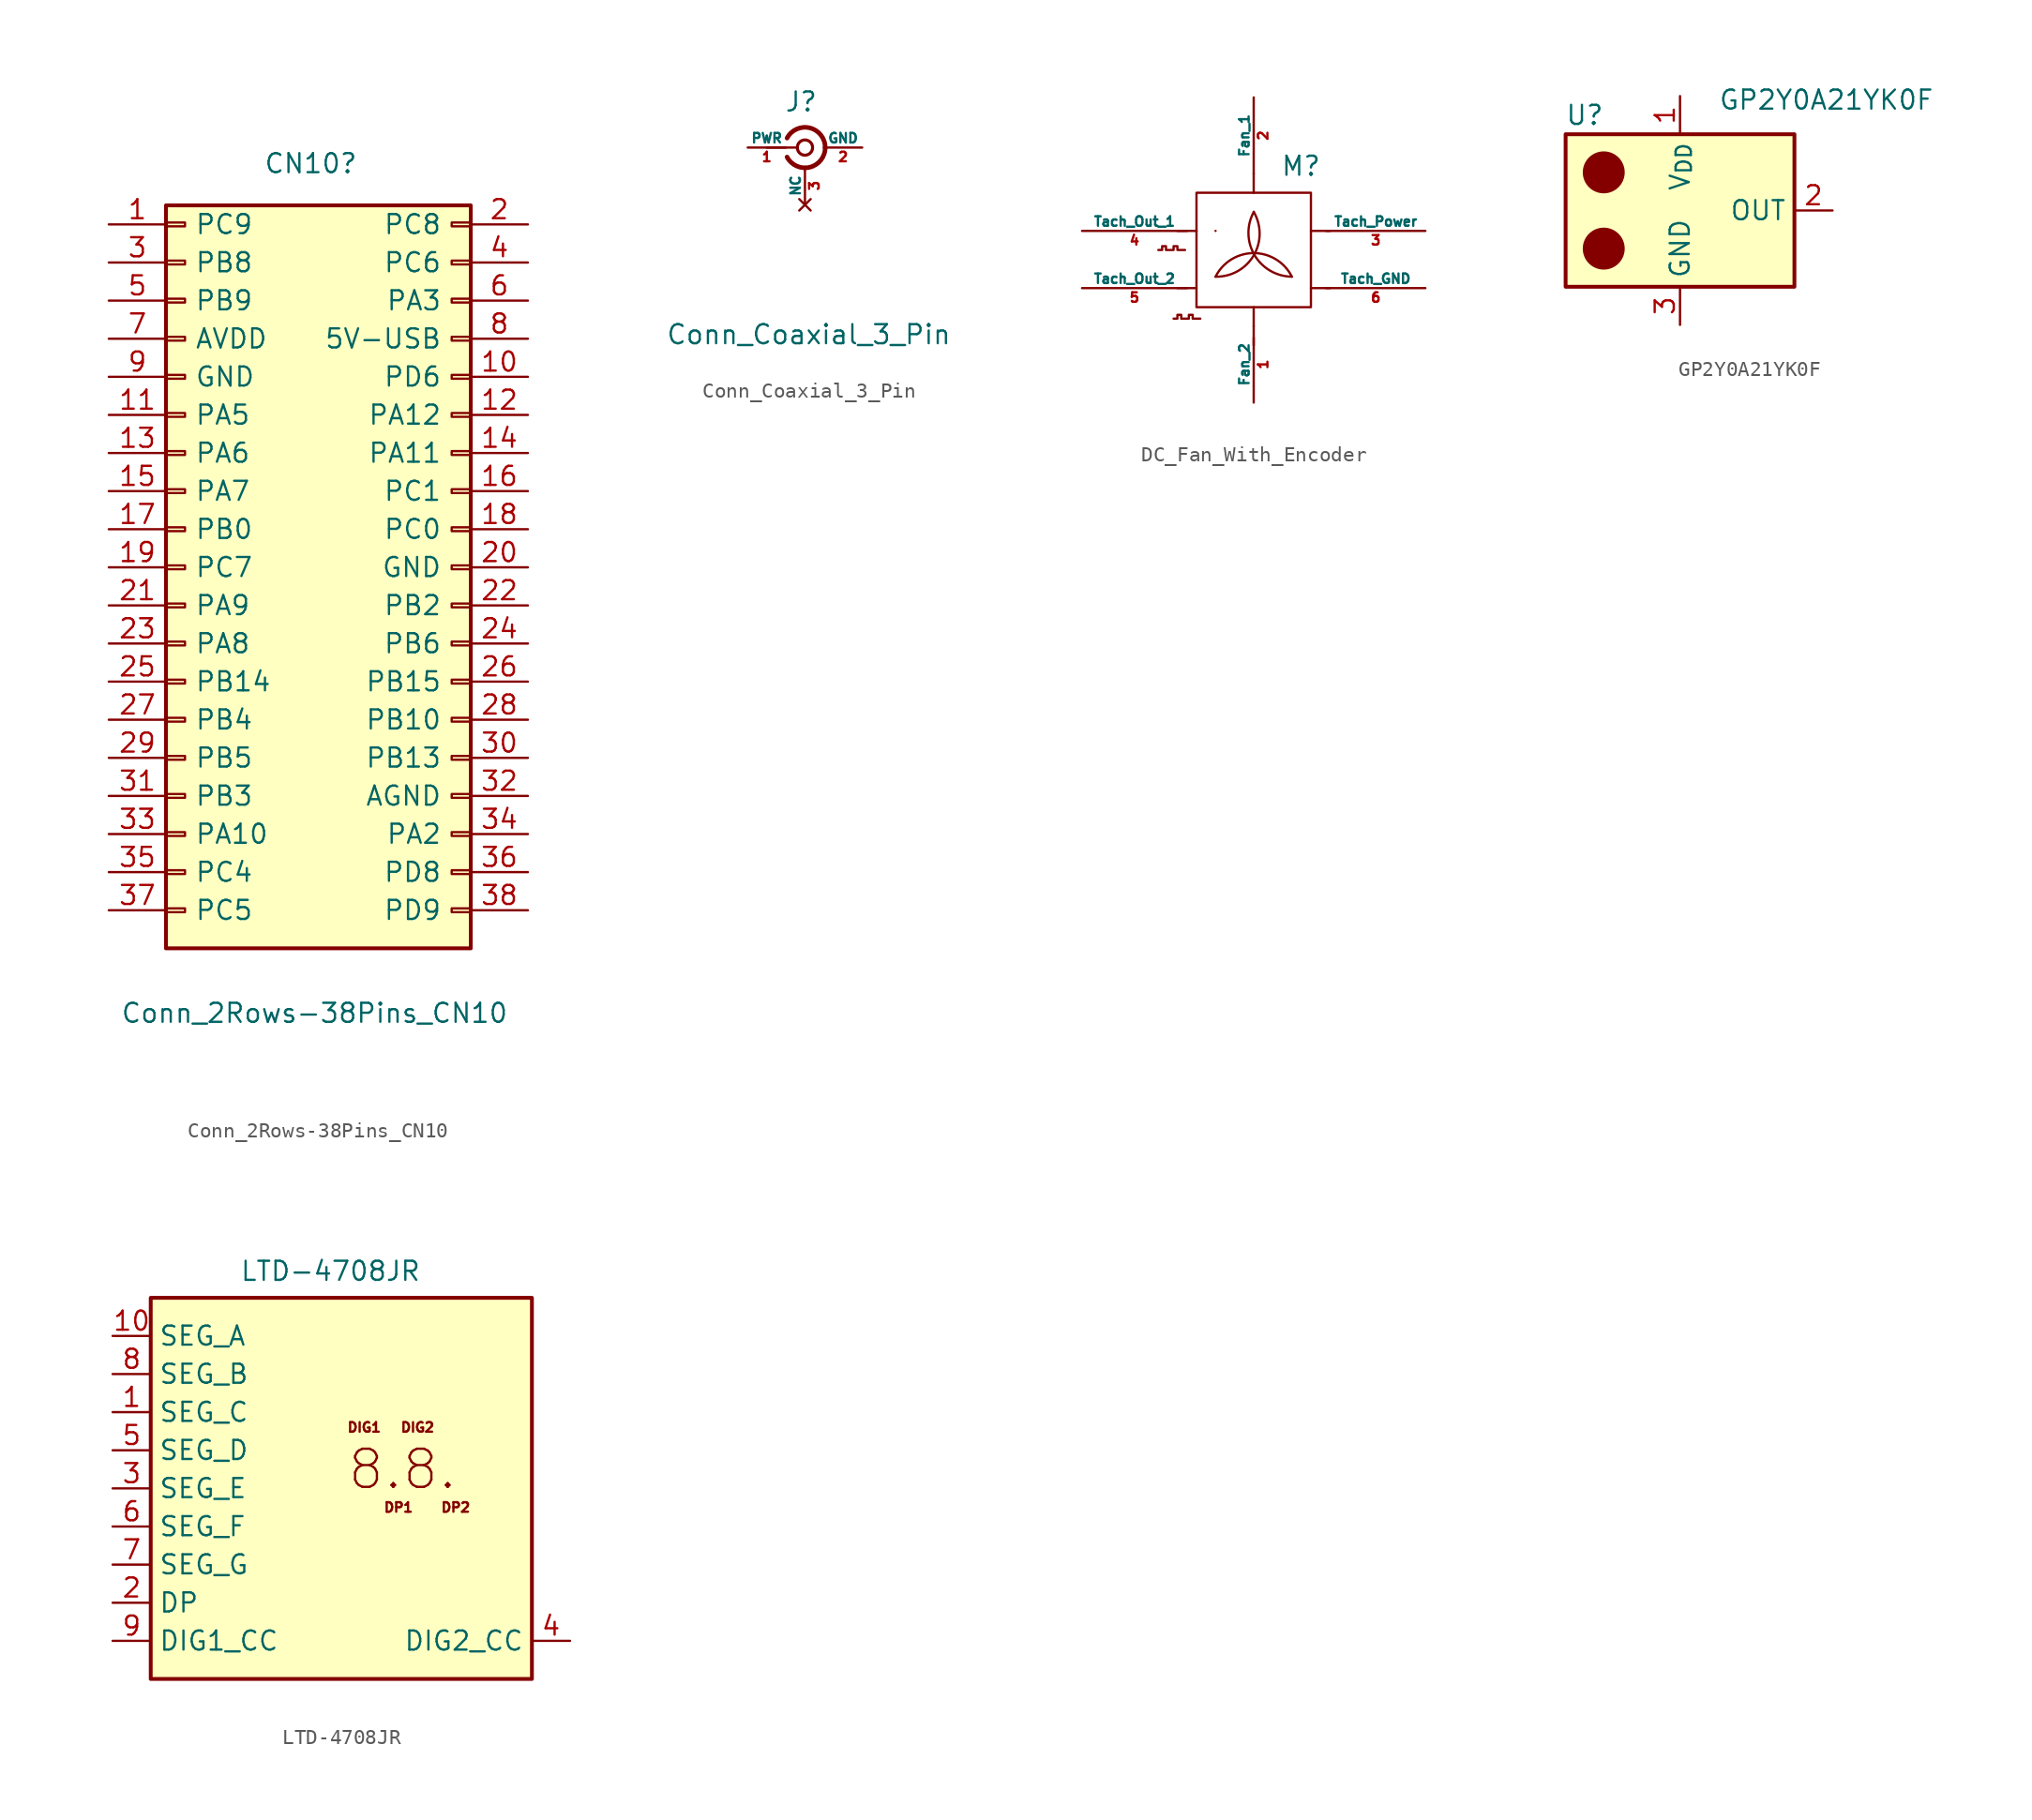
<source format=kicad_sym>
(kicad_symbol_lib
  (version 20231120)
  (generator "kicad_symbol_editor")
  (generator_version "8.0")
  (symbol "Conn_2Rows-38Pins_CN10"
    (pin_names
      (offset 1.905))
    (property "Reference" "CN10"
      (at 8.382 26.924 0)
      (effects (font (size 1.27 1.27))))
    (property "Value" "Conn_2Rows-38Pins_CN10"
      (at 8.636 -29.718 0)
      (effects (font (size 1.27 1.27))))
    (symbol "Conn_2Rows-38Pins_CN10_1_1"
      (rectangle (start -1.27 -22.733) (end 0 -22.987) (stroke (width 0.152) (type default)) (fill (type none)))
      (rectangle (start -1.27 -20.193) (end 0 -20.447) (stroke (width 0.152) (type default)) (fill (type none)))
      (rectangle (start -1.27 -17.653) (end 0 -17.907) (stroke (width 0.152) (type default)) (fill (type none)))
      (rectangle (start -1.27 -15.113) (end 0 -15.367) (stroke (width 0.152) (type default)) (fill (type none)))
      (rectangle (start -1.27 -12.573) (end 0 -12.827) (stroke (width 0.152) (type default)) (fill (type none)))
      (rectangle (start -1.27 -10.033) (end 0 -10.287) (stroke (width 0.152) (type default)) (fill (type none)))
      (rectangle (start -1.27 -7.493) (end 0 -7.747) (stroke (width 0.152) (type default)) (fill (type none)))
      (rectangle (start -1.27 -4.953) (end 0 -5.207) (stroke (width 0.152) (type default)) (fill (type none)))
      (rectangle (start -1.27 -2.413) (end 0 -2.667) (stroke (width 0.152) (type default)) (fill (type none)))
      (rectangle (start -1.27 0.127) (end 0 -0.127) (stroke (width 0.152) (type default)) (fill (type none)))
      (rectangle (start -1.27 2.667) (end 0 2.413) (stroke (width 0.152) (type default)) (fill (type none)))
      (rectangle (start -1.27 5.207) (end 0 4.953) (stroke (width 0.152) (type default)) (fill (type none)))
      (rectangle (start -1.27 7.747) (end 0 7.493) (stroke (width 0.152) (type default)) (fill (type none)))
      (rectangle (start -1.27 10.287) (end 0 10.033) (stroke (width 0.152) (type default)) (fill (type none)))
      (rectangle (start -1.27 12.827) (end 0 12.573) (stroke (width 0.152) (type default)) (fill (type none)))
      (rectangle (start -1.27 15.367) (end 0 15.113) (stroke (width 0.152) (type default)) (fill (type none)))
      (rectangle (start -1.27 17.907) (end 0 17.653) (stroke (width 0.152) (type default)) (fill (type none)))
      (rectangle (start -1.27 20.447) (end 0 20.193) (stroke (width 0.152) (type default)) (fill (type none)))
      (rectangle (start -1.27 22.987) (end 0 22.733) (stroke (width 0.152) (type default)) (fill (type none)))
      (rectangle (start -1.27 24.13) (end 19.05 -25.4) (stroke (width 0.254) (type default)) (fill (type background)))
      (rectangle (start 19.05 -22.733) (end 17.78 -22.987) (stroke (width 0.152) (type default)) (fill (type none)))
      (rectangle (start 19.05 -20.193) (end 17.78 -20.447) (stroke (width 0.152) (type default)) (fill (type none)))
      (rectangle (start 19.05 -17.653) (end 17.78 -17.907) (stroke (width 0.152) (type default)) (fill (type none)))
      (rectangle (start 19.05 -15.113) (end 17.78 -15.367) (stroke (width 0.152) (type default)) (fill (type none)))
      (rectangle (start 19.05 -12.573) (end 17.78 -12.827) (stroke (width 0.152) (type default)) (fill (type none)))
      (rectangle (start 19.05 -10.033) (end 17.78 -10.287) (stroke (width 0.152) (type default)) (fill (type none)))
      (rectangle (start 19.05 -7.493) (end 17.78 -7.747) (stroke (width 0.152) (type default)) (fill (type none)))
      (rectangle (start 19.05 -4.953) (end 17.78 -5.207) (stroke (width 0.152) (type default)) (fill (type none)))
      (rectangle (start 19.05 -2.413) (end 17.78 -2.667) (stroke (width 0.152) (type default)) (fill (type none)))
      (rectangle (start 19.05 0.127) (end 17.78 -0.127) (stroke (width 0.152) (type default)) (fill (type none)))
      (rectangle (start 19.05 2.667) (end 17.78 2.413) (stroke (width 0.152) (type default)) (fill (type none)))
      (rectangle (start 19.05 5.207) (end 17.78 4.953) (stroke (width 0.152) (type default)) (fill (type none)))
      (rectangle (start 19.05 7.747) (end 17.78 7.493) (stroke (width 0.152) (type default)) (fill (type none)))
      (rectangle (start 19.05 10.287) (end 17.78 10.033) (stroke (width 0.152) (type default)) (fill (type none)))
      (rectangle (start 19.05 12.827) (end 17.78 12.573) (stroke (width 0.152) (type default)) (fill (type none)))
      (rectangle (start 19.05 15.367) (end 17.78 15.113) (stroke (width 0.152) (type default)) (fill (type none)))
      (rectangle (start 19.05 17.907) (end 17.78 17.653) (stroke (width 0.152) (type default)) (fill (type none)))
      (rectangle (start 19.05 20.447) (end 17.78 20.193) (stroke (width 0.152) (type default)) (fill (type none)))
      (rectangle (start 19.05 22.987) (end 17.78 22.733) (stroke (width 0.152) (type default)) (fill (type none)))
      (pin passive line (at -5.08 22.86 0) (length 3.81) (name "PC9" (effects (font (size 1.27 1.27)))) (number "1" (effects (font (size 1.27 1.27)))))
      (pin passive line (at 22.86 12.7 180) (length 3.81) (name "PD6" (effects (font (size 1.27 1.27)))) (number "10" (effects (font (size 1.27 1.27)))))
      (pin passive line (at -5.08 10.16 0) (length 3.81) (name "PA5" (effects (font (size 1.27 1.27)))) (number "11" (effects (font (size 1.27 1.27)))))
      (pin passive line (at 22.86 10.16 180) (length 3.81) (name "PA12" (effects (font (size 1.27 1.27)))) (number "12" (effects (font (size 1.27 1.27)))))
      (pin passive line (at -5.08 7.62 0) (length 3.81) (name "PA6" (effects (font (size 1.27 1.27)))) (number "13" (effects (font (size 1.27 1.27)))))
      (pin passive line (at 22.86 7.62 180) (length 3.81) (name "PA11" (effects (font (size 1.27 1.27)))) (number "14" (effects (font (size 1.27 1.27)))))
      (pin passive line (at -5.08 5.08 0) (length 3.81) (name "PA7" (effects (font (size 1.27 1.27)))) (number "15" (effects (font (size 1.27 1.27)))))
      (pin passive line (at 22.86 5.08 180) (length 3.81) (name "PC1" (effects (font (size 1.27 1.27)))) (number "16" (effects (font (size 1.27 1.27)))))
      (pin passive line (at -5.08 2.54 0) (length 3.81) (name "PB0" (effects (font (size 1.27 1.27)))) (number "17" (effects (font (size 1.27 1.27)))))
      (pin passive line (at 22.86 2.54 180) (length 3.81) (name "PC0" (effects (font (size 1.27 1.27)))) (number "18" (effects (font (size 1.27 1.27)))))
      (pin passive line (at -5.08 0 0) (length 3.81) (name "PC7" (effects (font (size 1.27 1.27)))) (number "19" (effects (font (size 1.27 1.27)))))
      (pin passive line (at 22.86 22.86 180) (length 3.81) (name "PC8" (effects (font (size 1.27 1.27)))) (number "2" (effects (font (size 1.27 1.27)))))
      (pin passive line (at 22.86 0 180) (length 3.81) (name "GND" (effects (font (size 1.27 1.27)))) (number "20" (effects (font (size 1.27 1.27)))))
      (pin passive line (at -5.08 -2.54 0) (length 3.81) (name "PA9" (effects (font (size 1.27 1.27)))) (number "21" (effects (font (size 1.27 1.27)))))
      (pin passive line (at 22.86 -2.54 180) (length 3.81) (name "PB2" (effects (font (size 1.27 1.27)))) (number "22" (effects (font (size 1.27 1.27)))))
      (pin passive line (at -5.08 -5.08 0) (length 3.81) (name "PA8" (effects (font (size 1.27 1.27)))) (number "23" (effects (font (size 1.27 1.27)))))
      (pin passive line (at 22.86 -5.08 180) (length 3.81) (name "PB6" (effects (font (size 1.27 1.27)))) (number "24" (effects (font (size 1.27 1.27)))))
      (pin passive line (at -5.08 -7.62 0) (length 3.81) (name "PB14" (effects (font (size 1.27 1.27)))) (number "25" (effects (font (size 1.27 1.27)))))
      (pin passive line (at 22.86 -7.62 180) (length 3.81) (name "PB15" (effects (font (size 1.27 1.27)))) (number "26" (effects (font (size 1.27 1.27)))))
      (pin passive line (at -5.08 -10.16 0) (length 3.81) (name "PB4" (effects (font (size 1.27 1.27)))) (number "27" (effects (font (size 1.27 1.27)))))
      (pin passive line (at 22.86 -10.16 180) (length 3.81) (name "PB10" (effects (font (size 1.27 1.27)))) (number "28" (effects (font (size 1.27 1.27)))))
      (pin passive line (at -5.08 -12.7 0) (length 3.81) (name "PB5" (effects (font (size 1.27 1.27)))) (number "29" (effects (font (size 1.27 1.27)))))
      (pin passive line (at -5.08 20.32 0) (length 3.81) (name "PB8" (effects (font (size 1.27 1.27)))) (number "3" (effects (font (size 1.27 1.27)))))
      (pin passive line (at 22.86 -12.7 180) (length 3.81) (name "PB13" (effects (font (size 1.27 1.27)))) (number "30" (effects (font (size 1.27 1.27)))))
      (pin passive line (at -5.08 -15.24 0) (length 3.81) (name "PB3" (effects (font (size 1.27 1.27)))) (number "31" (effects (font (size 1.27 1.27)))))
      (pin passive line (at 22.86 -15.24 180) (length 3.81) (name "AGND" (effects (font (size 1.27 1.27)))) (number "32" (effects (font (size 1.27 1.27)))))
      (pin passive line (at -5.08 -17.78 0) (length 3.81) (name "PA10" (effects (font (size 1.27 1.27)))) (number "33" (effects (font (size 1.27 1.27)))))
      (pin passive line (at 22.86 -17.78 180) (length 3.81) (name "PA2" (effects (font (size 1.27 1.27)))) (number "34" (effects (font (size 1.27 1.27)))))
      (pin passive line (at -5.08 -20.32 0) (length 3.81) (name "PC4" (effects (font (size 1.27 1.27)))) (number "35" (effects (font (size 1.27 1.27)))))
      (pin passive line (at 22.86 -20.32 180) (length 3.81) (name "PD8" (effects (font (size 1.27 1.27)))) (number "36" (effects (font (size 1.27 1.27)))))
      (pin passive line (at -5.08 -22.86 0) (length 3.81) (name "PC5" (effects (font (size 1.27 1.27)))) (number "37" (effects (font (size 1.27 1.27)))))
      (pin passive line (at 22.86 -22.86 180) (length 3.81) (name "PD9" (effects (font (size 1.27 1.27)))) (number "38" (effects (font (size 1.27 1.27)))))
      (pin passive line (at 22.86 20.32 180) (length 3.81) (name "PC6" (effects (font (size 1.27 1.27)))) (number "4" (effects (font (size 1.27 1.27)))))
      (pin passive line (at -5.08 17.78 0) (length 3.81) (name "PB9" (effects (font (size 1.27 1.27)))) (number "5" (effects (font (size 1.27 1.27)))))
      (pin passive line (at 22.86 17.78 180) (length 3.81) (name "PA3" (effects (font (size 1.27 1.27)))) (number "6" (effects (font (size 1.27 1.27)))))
      (pin passive line (at -5.08 15.24 0) (length 3.81) (name "AVDD" (effects (font (size 1.27 1.27)))) (number "7" (effects (font (size 1.27 1.27)))))
      (pin passive line (at 22.86 15.24 180) (length 3.81) (name "5V-USB" (effects (font (size 1.27 1.27)))) (number "8" (effects (font (size 1.27 1.27)))))
      (pin passive line (at -5.08 12.7 0) (length 3.81) (name "GND" (effects (font (size 1.27 1.27)))) (number "9" (effects (font (size 1.27 1.27)))))))
  (symbol "Conn_Coaxial_3_Pin"
    (pin_names
      (offset 0))
    (property "Reference" "J"
      (at -0.254 3.048 0)
      (effects (font (size 1.27 1.27))))
    (property "Value" "Conn_Coaxial_3_Pin"
      (at 0.254 -12.446 0)
      (effects (font (size 1.27 1.27))))
    (symbol "Conn_Coaxial_3_Pin_0_1"
      (circle (center 0 0) (radius 0.508) (stroke (width 0.203) (type default)) (fill (type none))))
    (symbol "Conn_Coaxial_3_Pin_1_1"
      (arc (start -1.1916 -0.6311) (mid 0.327 -1.3081) (end 1.3484 0.0039) (stroke (width 0.3048) (type default)) (fill (type none)))
      (polyline (pts (xy -2.54 0) (xy -0.508 0)) (stroke (width 0) (type default)) (fill (type none)))
      (arc (start 1.3484 -0.0039) (mid 0.327 1.3081) (end -1.1916 0.6311) (stroke (width 0.3048) (type default)) (fill (type none)))
      (pin power_in line (at -3.81 0 0) (length 2.54) (name "PWR" (effects (font (size 0.635 0.635)))) (number "1" (effects (font (size 0.635 0.635)))))
      (pin power_in line (at 3.81 0 180) (length 2.54) (name "GND" (effects (font (size 0.635 0.635)))) (number "2" (effects (font (size 0.635 0.635)))))
      (pin no_connect line (at 0 -3.81 90) (length 2.54) (name "NC" (effects (font (size 0.635 0.635)))) (number "3" (effects (font (size 0.635 0.635)))))))
  (symbol "DC_Fan_With_Encoder"
    (pin_names
      (offset 0))
    (property "Reference" "M"
      (at 1.778 6.858 0)
      (effects (font (size 1.27 1.27)) (justify left)))
    (symbol "DC_Fan_With_Encoder_0_1"
      (rectangle (start -3.81 5.08) (end 3.81 -2.54) (stroke (width 0) (type default)) (fill (type none)))
      (arc (start -2.54 -0.508) (mid 0.0028 0.9121) (end 0 3.81) (stroke (width 0) (type default)) (fill (type none)))
      (polyline (pts (xy -5.08 2.54) (xy -3.81 2.54)) (stroke (width 0) (type default)) (fill (type none)))
      (polyline (pts (xy -3.81 -1.27) (xy -5.08 -1.27)) (stroke (width 0) (type default)) (fill (type none)))
      (polyline (pts (xy -3.81 2.54) (xy -3.81 2.54)) (stroke (width 0) (type default)) (fill (type none)))
      (polyline (pts (xy 0 -5.08) (xy 0 -4.572)) (stroke (width 0) (type default)) (fill (type none)))
      (polyline (pts (xy 0 -3.81) (xy 0 -2.54)) (stroke (width 0) (type default)) (fill (type none)))
      (polyline (pts (xy 0 6.35) (xy 0 5.08)) (stroke (width 0) (type default)) (fill (type none)))
      (polyline (pts (xy 5.08 -1.27) (xy 3.81 -1.27)) (stroke (width 0) (type default)) (fill (type none)))
      (polyline (pts (xy 5.08 2.54) (xy 3.81 2.54)) (stroke (width 0) (type default)) (fill (type none)))
      (polyline (pts (xy -6.35 1.27) (xy -6.096 1.27) (xy -6.096 1.524) (xy -5.842 1.524) (xy -5.842 1.27) (xy -5.334 1.27) (xy -5.334 1.524) (xy -5.08 1.524) (xy -5.08 1.27) (xy -4.572 1.27)) (stroke (width 0) (type default)) (fill (type none)))
      (polyline (pts (xy -5.334 -3.302) (xy -5.08 -3.302) (xy -5.08 -3.048) (xy -4.826 -3.048) (xy -4.826 -3.302) (xy -4.318 -3.302) (xy -4.318 -3.048) (xy -4.064 -3.048) (xy -4.064 -3.302) (xy -3.556 -3.302)) (stroke (width 0) (type default)) (fill (type none)))
      (arc (start 0 3.81) (mid 0.053 0.921) (end 2.54 -0.508) (stroke (width 0) (type default)) (fill (type none)))
      (arc (start 2.54 -0.508) (mid 0 1.0618) (end -2.54 -0.508) (stroke (width 0) (type default)) (fill (type none))))
    (symbol "DC_Fan_With_Encoder_1_1"
      (polyline (pts (xy -2.54 2.54) (xy -2.54 2.54)) (stroke (width 0) (type default)) (fill (type none)))
      (pin passive line (at 0 -8.89 90) (length 5.08) (name "Fan_2" (effects (font (size 0.635 0.635)))) (number "1" (effects (font (size 0.635 0.635)))))
      (pin passive line (at 0 11.43 270) (length 5.08) (name "Fan_1" (effects (font (size 0.635 0.635)))) (number "2" (effects (font (size 0.635 0.635)))))
      (pin passive line (at 11.43 2.54 180) (length 6.604) (name "Tach_Power" (effects (font (size 0.635 0.635)))) (number "3" (effects (font (size 0.635 0.635)))))
      (pin passive line (at -11.43 2.54 0) (length 6.985) (name "Tach_Out_1" (effects (font (size 0.635 0.635)))) (number "4" (effects (font (size 0.635 0.635)))))
      (pin passive line (at -11.43 -1.27 0) (length 6.985) (name "Tach_Out_2" (effects (font (size 0.635 0.635)))) (number "5" (effects (font (size 0.635 0.635)))))
      (pin passive line (at 11.43 -1.27 180) (length 6.604) (name "Tach_GND" (effects (font (size 0.635 0.635)))) (number "6" (effects (font (size 0.635 0.635)))))))
  (symbol "GP2Y0A21YK0F"
    (property "Reference" "U"
      (at -6.35 6.35 0)
      (effects (font (size 1.27 1.27))))
    (property "Value" "GP2Y0A21YK0F"
      (at 2.54 7.366 0)
      (effects (font (size 1.27 1.27)) (justify left)))
    (symbol "GP2Y0A21YK0F_0_1"
      (rectangle (start -7.62 5.08) (end 7.62 -5.08) (stroke (width 0.254) (type default)) (fill (type background)))
      (circle (center -5.08 -2.54) (radius 1.27) (stroke (width 0.254) (type default)) (fill (type outline)))
      (circle (center -5.08 2.54) (radius 1.27) (stroke (width 0.254) (type default)) (fill (type outline))))
    (symbol "GP2Y0A21YK0F_1_1"
      (pin power_in line (at 0 7.62 270) (length 2.54) (name "V_{DD}" (effects (font (size 1.27 1.27)))) (number "1" (effects (font (size 1.27 1.27)))))
      (pin output line (at 10.16 0 180) (length 2.54) (name "OUT" (effects (font (size 1.27 1.27)))) (number "2" (effects (font (size 1.27 1.27)))))
      (pin power_in line (at 0 -7.62 90) (length 2.54) (name "GND" (effects (font (size 1.27 1.27)))) (number "3" (effects (font (size 1.27 1.27)))))))
  (symbol "LTD-4708JR"
    (property "Reference" "U"
      (at -10.414 14.478 0)
      (effects (font (size 1.27 1.27)) (hide yes)))
    (property "Value" "LTD-4708JR"
      (at 5.334 14.478 0)
      (effects (font (size 1.27 1.27)) (justify right)))
    (symbol "LTD-4708JR_0_0"
      (text "DIG1" (at 1.524 4.064 0) (effects (font (size 0.635 0.635))))
      (text "DIG2" (at 5.08 4.064 0) (effects (font (size 0.635 0.635))))
      (text "DP1" (at 3.81 -1.27 0) (effects (font (size 0.635 0.635))))
      (text "DP2" (at 7.62 -1.27 0) (effects (font (size 0.635 0.635)))))
    (symbol "LTD-4708JR_1_0"
      (text "8.8." (at 4.064 1.27 0) (effects (font (size 2.54 2.54)))))
    (symbol "LTD-4708JR_1_1"
      (rectangle (start -12.7 12.7) (end 12.7 -12.7) (stroke (width 0.254) (type default)) (fill (type background)))
      (pin input line (at -15.24 5.08 0) (length 2.54) (name "SEG_C" (effects (font (size 1.27 1.27)))) (number "1" (effects (font (size 1.27 1.27)))))
      (pin input line (at -15.24 10.16 0) (length 2.54) (name "SEG_A" (effects (font (size 1.27 1.27)))) (number "10" (effects (font (size 1.27 1.27)))))
      (pin input line (at -15.24 -7.62 0) (length 2.54) (name "DP" (effects (font (size 1.27 1.27)))) (number "2" (effects (font (size 1.27 1.27)))))
      (pin input line (at -15.24 0 0) (length 2.54) (name "SEG_E" (effects (font (size 1.27 1.27)))) (number "3" (effects (font (size 1.27 1.27)))))
      (pin input line (at 15.24 -10.16 180) (length 2.54) (name "DIG2_CC" (effects (font (size 1.27 1.27)))) (number "4" (effects (font (size 1.27 1.27)))))
      (pin input line (at -15.24 2.54 0) (length 2.54) (name "SEG_D" (effects (font (size 1.27 1.27)))) (number "5" (effects (font (size 1.27 1.27)))))
      (pin input line (at -15.24 -2.54 0) (length 2.54) (name "SEG_F" (effects (font (size 1.27 1.27)))) (number "6" (effects (font (size 1.27 1.27)))))
      (pin input line (at -15.24 -5.08 0) (length 2.54) (name "SEG_G" (effects (font (size 1.27 1.27)))) (number "7" (effects (font (size 1.27 1.27)))))
      (pin input line (at -15.24 7.62 0) (length 2.54) (name "SEG_B" (effects (font (size 1.27 1.27)))) (number "8" (effects (font (size 1.27 1.27)))))
      (pin input line (at -15.24 -10.16 0) (length 2.54) (name "DIG1_CC" (effects (font (size 1.27 1.27)))) (number "9" (effects (font (size 1.27 1.27))))))))
</source>
